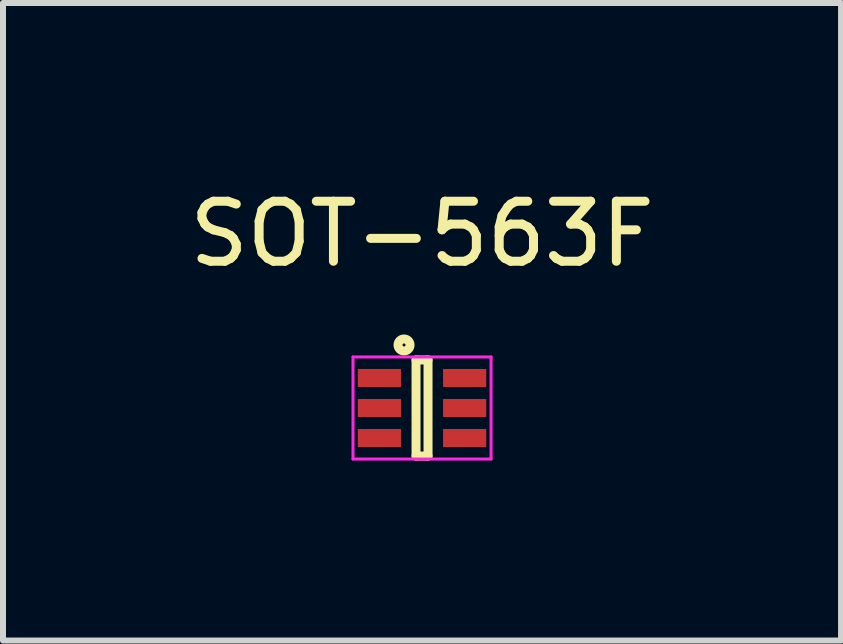
<source format=kicad_pcb>
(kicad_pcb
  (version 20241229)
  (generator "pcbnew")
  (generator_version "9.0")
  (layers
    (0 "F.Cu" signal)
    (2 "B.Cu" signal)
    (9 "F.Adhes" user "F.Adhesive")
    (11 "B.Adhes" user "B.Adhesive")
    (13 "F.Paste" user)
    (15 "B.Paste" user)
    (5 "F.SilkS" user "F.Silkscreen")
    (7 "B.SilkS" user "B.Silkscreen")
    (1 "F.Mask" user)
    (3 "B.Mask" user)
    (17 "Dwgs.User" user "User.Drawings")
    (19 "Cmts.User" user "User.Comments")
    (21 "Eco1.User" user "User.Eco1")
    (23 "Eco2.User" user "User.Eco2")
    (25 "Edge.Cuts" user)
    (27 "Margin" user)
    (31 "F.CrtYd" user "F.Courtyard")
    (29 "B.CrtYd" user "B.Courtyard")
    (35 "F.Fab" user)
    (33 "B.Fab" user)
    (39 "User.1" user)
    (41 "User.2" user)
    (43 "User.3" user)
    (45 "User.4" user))
  (footprint "SOT-563F"
    (layer "F.Cu")
    (at 3.982 3.748)
    (property "Reference" "SOT-563F" (at 0 -2.9 0) (layer "F.SilkS") (effects (font (size 1 1) (thickness 0.15))))
    (attr smd)
    (fp_line (start -0.1 -0.8) (end -0.1 0.8) (stroke (width 0.15) (type solid)) (layer "F.SilkS"))
    (fp_line (start -0.1 0.8) (end 0.1 0.8) (stroke (width 0.15) (type solid)) (layer "F.SilkS"))
    (fp_line (start 0.1 -0.8) (end -0.1 -0.8) (stroke (width 0.15) (type solid)) (layer "F.SilkS"))
    (fp_line (start 0.1 0.8) (end 0.1 -0.8) (stroke (width 0.15) (type solid)) (layer "F.SilkS"))
    (fp_circle (center -0.3 -1.05) (end -0.2 -1.05) (stroke (width 0.15) (type solid)) (fill no) (layer "F.SilkS"))
    (fp_line (start -1.15 -0.85) (end -1.15 0.85) (stroke (width 0.05) (type solid)) (layer "F.CrtYd"))
    (fp_line (start -1.15 0.85) (end 1.15 0.85) (stroke (width 0.05) (type solid)) (layer "F.CrtYd"))
    (fp_line (start 1.15 -0.85) (end -1.15 -0.85) (stroke (width 0.05) (type solid)) (layer "F.CrtYd"))
    (fp_line (start 1.15 0.85) (end 1.15 -0.85) (stroke (width 0.05) (type solid)) (layer "F.CrtYd"))
    (pad "1" smd rect (at -0.71 -0.5) (size 0.72 0.3) (layers "F.Cu" "F.Mask" "F.Paste"))
    (pad "2" smd rect (at -0.71 0) (size 0.72 0.3) (layers "F.Cu" "F.Mask" "F.Paste"))
    (pad "3" smd rect (at -0.71 0.5) (size 0.72 0.3) (layers "F.Cu" "F.Mask" "F.Paste"))
    (pad "4" smd rect (at 0.71 0.5) (size 0.72 0.3) (layers "F.Cu" "F.Mask" "F.Paste"))
    (pad "5" smd rect (at 0.71 0) (size 0.72 0.3) (layers "F.Cu" "F.Mask" "F.Paste"))
    (pad "6" smd rect (at 0.71 -0.5) (size 0.72 0.3) (layers "F.Cu" "F.Mask" "F.Paste")))
  (gr_rect
    (start -3 -3)
    (end 10.964 7.623)
    (stroke (width 0.1) (type default))
    (fill no)
    (layer "Edge.Cuts")))
</source>
